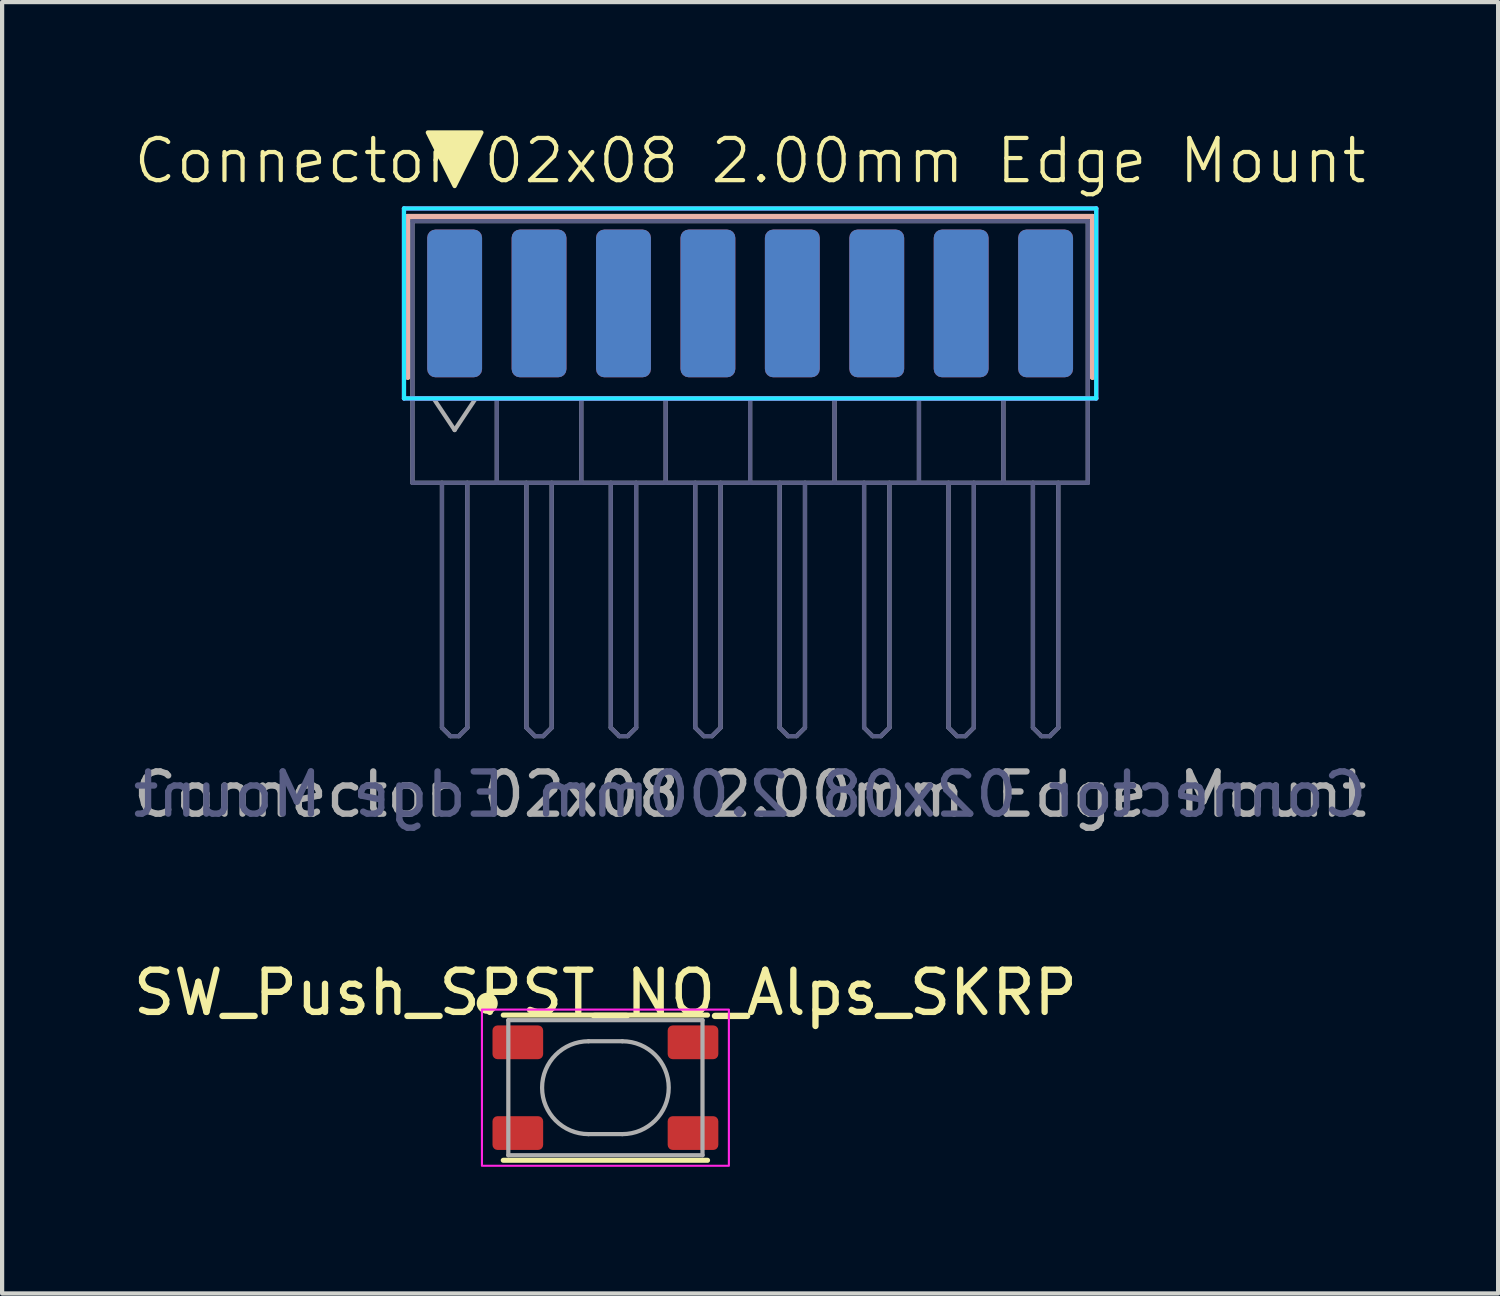
<source format=kicad_pcb>
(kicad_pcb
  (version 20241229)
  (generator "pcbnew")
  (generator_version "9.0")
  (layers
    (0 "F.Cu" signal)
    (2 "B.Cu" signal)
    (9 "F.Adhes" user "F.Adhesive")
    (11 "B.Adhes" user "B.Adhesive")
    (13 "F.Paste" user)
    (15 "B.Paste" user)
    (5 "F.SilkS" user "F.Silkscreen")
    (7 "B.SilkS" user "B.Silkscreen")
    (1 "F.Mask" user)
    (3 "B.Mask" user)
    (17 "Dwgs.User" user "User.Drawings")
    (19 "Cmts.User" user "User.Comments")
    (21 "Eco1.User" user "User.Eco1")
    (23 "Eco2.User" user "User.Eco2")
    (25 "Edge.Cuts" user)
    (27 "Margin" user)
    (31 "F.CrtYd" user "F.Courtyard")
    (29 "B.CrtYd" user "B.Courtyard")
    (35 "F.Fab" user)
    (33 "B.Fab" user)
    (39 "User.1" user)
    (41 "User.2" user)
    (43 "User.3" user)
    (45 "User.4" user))
  (footprint "SW_Push_SPST_NO_Alps_SKRP"
    (layer "F.Cu")
    (at 11.292 22.717)
    (property "Reference" "SW_Push_SPST_NO_Alps_SKRP" (at 0 -2.25 0) (layer "F.SilkS") (effects (font (size 1 1) (thickness 0.15))))
    (attr smd)
    (fp_line (start -2.42 -1.72) (end 2.42 -1.72) (stroke (width 0.12) (type solid)) (layer "F.SilkS"))
    (fp_line (start -2.42 1.72) (end 2.42 1.72) (stroke (width 0.12) (type solid)) (layer "F.SilkS"))
    (fp_circle (center -2.8 -2) (end -2.6 -2) (stroke (width 0.1) (type solid)) (fill yes) (layer "F.SilkS"))
    (fp_rect (start -2.925 -1.85) (end 2.925 1.85) (stroke (width 0.05) (type solid)) (fill no) (layer "F.CrtYd"))
    (fp_line (start -2.3 -1.6) (end 2.3 -1.6) (stroke (width 0.1) (type solid)) (layer "F.Fab"))
    (fp_line (start -2.3 1.6) (end -2.3 -1.6) (stroke (width 0.1) (type default)) (layer "F.Fab"))
    (fp_line (start -0.4 1.1) (end 0.4 1.1) (stroke (width 0.1) (type default)) (layer "F.Fab"))
    (fp_line (start 0.4 -1.1) (end -0.4 -1.1) (stroke (width 0.1) (type default)) (layer "F.Fab"))
    (fp_line (start 2.3 -1.6) (end 2.3 1.6) (stroke (width 0.1) (type default)) (layer "F.Fab"))
    (fp_line (start 2.3 1.6) (end -2.3 1.6) (stroke (width 0.1) (type default)) (layer "F.Fab"))
    (fp_arc (start -0.4 1.1) (mid -1.5 0) (end -0.4 -1.1) (stroke (width 0.1) (type default)) (layer "F.Fab"))
    (fp_arc (start 0.4 -1.1) (mid 1.5 0) (end 0.4 1.1) (stroke (width 0.1) (type default)) (layer "F.Fab"))
    (pad "1" smd roundrect (at -2.075 -1.075) (size 1.2 0.8) (layers "F.Cu" "F.Mask" "F.Paste") (roundrect_rratio 0.15))
    (pad "1" smd roundrect (at 2.075 -1.075) (size 1.2 0.8) (layers "F.Cu" "F.Mask" "F.Paste") (roundrect_rratio 0.15))
    (pad "2" smd roundrect (at -2.075 1.075) (size 1.2 0.8) (layers "F.Cu" "F.Mask" "F.Paste") (roundrect_rratio 0.15))
    (pad "2" smd roundrect (at 2.075 1.075) (size 1.2 0.8) (layers "F.Cu" "F.Mask" "F.Paste") (roundrect_rratio 0.15)))
  (footprint "Connector 02x08 2.00mm Edge Mount"
    (layer "F.Cu")
    (at 14.72 7.388)
    (property "Reference" "Connector 02x08 2.00mm Edge Mount" (at 0 -6.628 0) (unlocked yes) (layer "F.SilkS") (effects (font (size 1 1) (thickness 0.1))))
    (attr smd)
    (fp_line (start -8.11 -5.31) (end 8.11 -5.31) (stroke (width 0.12) (type default)) (layer "F.SilkS"))
    (fp_line (start -8.11 -1.5) (end -8.11 -5.31) (stroke (width 0.12) (type default)) (layer "F.SilkS"))
    (fp_line (start 8.11 -5.31) (end 8.11 -1.5) (stroke (width 0.12) (type default)) (layer "F.SilkS"))
    (fp_poly (pts (xy -7.635 -7.3) (xy -7 -6.03) (xy -6.365 -7.3)) (stroke (width 0.1) (type solid)) (fill yes) (layer "F.SilkS"))
    (fp_line (start -8.11 -5.31) (end -8.11 -1.5) (stroke (width 0.12) (type default)) (layer "B.SilkS"))
    (fp_line (start 8.11 -5.31) (end -8.11 -5.31) (stroke (width 0.12) (type default)) (layer "B.SilkS"))
    (fp_line (start 8.11 -1.5) (end 8.11 -5.31) (stroke (width 0.12) (type default)) (layer "B.SilkS"))
    (fp_line (start -8.2 -5.5) (end -8.2 -1) (stroke (width 0.1) (type default)) (layer "B.CrtYd"))
    (fp_line (start -8.2 -1) (end 8.2 -1) (stroke (width 0.1) (type default)) (layer "B.CrtYd"))
    (fp_line (start 8.2 -5.5) (end -8.2 -5.5) (stroke (width 0.1) (type default)) (layer "B.CrtYd"))
    (fp_line (start 8.2 -1) (end 8.2 -5.5) (stroke (width 0.1) (type default)) (layer "B.CrtYd"))
    (fp_line (start -8.2 -5.5) (end 8.2 -5.5) (stroke (width 0.1) (type default)) (layer "F.CrtYd"))
    (fp_line (start -8.2 -1) (end -8.2 -5.5) (stroke (width 0.1) (type default)) (layer "F.CrtYd"))
    (fp_line (start 8.2 -5.5) (end 8.2 -1) (stroke (width 0.1) (type default)) (layer "F.CrtYd"))
    (fp_line (start 8.2 -1) (end -8.2 -1) (stroke (width 0.1) (type default)) (layer "F.CrtYd"))
    (fp_line (start -8 -5.2) (end -8 -1) (stroke (width 0.1) (type default)) (layer "B.Fab"))
    (fp_line (start -8 -1) (end -8 1) (stroke (width 0.1) (type default)) (layer "B.Fab"))
    (fp_line (start -8 1) (end 8 1) (stroke (width 0.1) (type default)) (layer "B.Fab"))
    (fp_line (start -7.3 6.8) (end -7.3 1) (stroke (width 0.1) (type default)) (layer "B.Fab"))
    (fp_line (start -7.3 6.8) (end -7.1 7) (stroke (width 0.1) (type default)) (layer "B.Fab"))
    (fp_line (start -6.9 7) (end -7.1 7) (stroke (width 0.1) (type default)) (layer "B.Fab"))
    (fp_line (start -6.7 1) (end -6.7 6.8) (stroke (width 0.1) (type default)) (layer "B.Fab"))
    (fp_line (start -6.7 6.8) (end -6.9 7) (stroke (width 0.1) (type default)) (layer "B.Fab"))
    (fp_line (start -6 -1) (end -6 1) (stroke (width 0.1) (type default)) (layer "B.Fab"))
    (fp_line (start -5.3 6.8) (end -5.3 1) (stroke (width 0.1) (type default)) (layer "B.Fab"))
    (fp_line (start -5.3 6.8) (end -5.1 7) (stroke (width 0.1) (type default)) (layer "B.Fab"))
    (fp_line (start -4.9 7) (end -5.1 7) (stroke (width 0.1) (type default)) (layer "B.Fab"))
    (fp_line (start -4.7 1) (end -4.7 6.8) (stroke (width 0.1) (type default)) (layer "B.Fab"))
    (fp_line (start -4.7 6.8) (end -4.9 7) (stroke (width 0.1) (type default)) (layer "B.Fab"))
    (fp_line (start -4 -1) (end -4 1) (stroke (width 0.1) (type default)) (layer "B.Fab"))
    (fp_line (start -3.3 6.8) (end -3.3 1) (stroke (width 0.1) (type default)) (layer "B.Fab"))
    (fp_line (start -3.3 6.8) (end -3.1 7) (stroke (width 0.1) (type default)) (layer "B.Fab"))
    (fp_line (start -2.9 7) (end -3.1 7) (stroke (width 0.1) (type default)) (layer "B.Fab"))
    (fp_line (start -2.7 1) (end -2.7 6.8) (stroke (width 0.1) (type default)) (layer "B.Fab"))
    (fp_line (start -2.7 6.8) (end -2.9 7) (stroke (width 0.1) (type default)) (layer "B.Fab"))
    (fp_line (start -2 -1) (end -2 1) (stroke (width 0.1) (type default)) (layer "B.Fab"))
    (fp_line (start -1.3 6.8) (end -1.3 1) (stroke (width 0.1) (type default)) (layer "B.Fab"))
    (fp_line (start -1.3 6.8) (end -1.1 7) (stroke (width 0.1) (type default)) (layer "B.Fab"))
    (fp_line (start -0.9 7) (end -1.1 7) (stroke (width 0.1) (type default)) (layer "B.Fab"))
    (fp_line (start -0.7 1) (end -0.7 6.8) (stroke (width 0.1) (type default)) (layer "B.Fab"))
    (fp_line (start -0.7 6.8) (end -0.9 7) (stroke (width 0.1) (type default)) (layer "B.Fab"))
    (fp_line (start 0 -1) (end 0 1) (stroke (width 0.1) (type default)) (layer "B.Fab"))
    (fp_line (start 0.7 6.8) (end 0.7 1) (stroke (width 0.1) (type default)) (layer "B.Fab"))
    (fp_line (start 0.7 6.8) (end 0.9 7) (stroke (width 0.1) (type default)) (layer "B.Fab"))
    (fp_line (start 1.1 7) (end 0.9 7) (stroke (width 0.1) (type default)) (layer "B.Fab"))
    (fp_line (start 1.3 1) (end 1.3 6.8) (stroke (width 0.1) (type default)) (layer "B.Fab"))
    (fp_line (start 1.3 6.8) (end 1.1 7) (stroke (width 0.1) (type default)) (layer "B.Fab"))
    (fp_line (start 2 -1) (end 2 1) (stroke (width 0.1) (type default)) (layer "B.Fab"))
    (fp_line (start 2.7 6.8) (end 2.7 1) (stroke (width 0.1) (type default)) (layer "B.Fab"))
    (fp_line (start 2.7 6.8) (end 2.9 7) (stroke (width 0.1) (type default)) (layer "B.Fab"))
    (fp_line (start 3.1 7) (end 2.9 7) (stroke (width 0.1) (type default)) (layer "B.Fab"))
    (fp_line (start 3.3 1) (end 3.3 6.8) (stroke (width 0.1) (type default)) (layer "B.Fab"))
    (fp_line (start 3.3 6.8) (end 3.1 7) (stroke (width 0.1) (type default)) (layer "B.Fab"))
    (fp_line (start 4 -1) (end 4 1) (stroke (width 0.1) (type default)) (layer "B.Fab"))
    (fp_line (start 4.7 6.8) (end 4.7 1) (stroke (width 0.1) (type default)) (layer "B.Fab"))
    (fp_line (start 4.7 6.8) (end 4.9 7) (stroke (width 0.1) (type default)) (layer "B.Fab"))
    (fp_line (start 5.1 7) (end 4.9 7) (stroke (width 0.1) (type default)) (layer "B.Fab"))
    (fp_line (start 5.3 1) (end 5.3 6.8) (stroke (width 0.1) (type default)) (layer "B.Fab"))
    (fp_line (start 5.3 6.8) (end 5.1 7) (stroke (width 0.1) (type default)) (layer "B.Fab"))
    (fp_line (start 6 -1) (end 6 1) (stroke (width 0.1) (type default)) (layer "B.Fab"))
    (fp_line (start 6.7 6.8) (end 6.7 1) (stroke (width 0.1) (type default)) (layer "B.Fab"))
    (fp_line (start 6.7 6.8) (end 6.9 7) (stroke (width 0.1) (type default)) (layer "B.Fab"))
    (fp_line (start 7.1 7) (end 6.9 7) (stroke (width 0.1) (type default)) (layer "B.Fab"))
    (fp_line (start 7.3 1) (end 7.3 6.8) (stroke (width 0.1) (type default)) (layer "B.Fab"))
    (fp_line (start 7.3 6.8) (end 7.1 7) (stroke (width 0.1) (type default)) (layer "B.Fab"))
    (fp_line (start 8 -5.2) (end -8 -5.2) (stroke (width 0.1) (type default)) (layer "B.Fab"))
    (fp_line (start 8 -1) (end -8 -1) (stroke (width 0.1) (type default)) (layer "B.Fab"))
    (fp_line (start 8 -1) (end 8 -5.2) (stroke (width 0.1) (type default)) (layer "B.Fab"))
    (fp_line (start 8 1) (end 8 -1) (stroke (width 0.1) (type default)) (layer "B.Fab"))
    (fp_line (start -8 -5.2) (end 8 -5.2) (stroke (width 0.1) (type default)) (layer "F.Fab"))
    (fp_line (start -8 -1) (end -8 -5.2) (stroke (width 0.1) (type default)) (layer "F.Fab"))
    (fp_line (start -8 -1) (end 8 -1) (stroke (width 0.1) (type default)) (layer "F.Fab"))
    (fp_line (start -8 1) (end -8 -1) (stroke (width 0.1) (type default)) (layer "F.Fab"))
    (fp_line (start -7.5 -1) (end -7 -0.25) (stroke (width 0.1) (type default)) (layer "F.Fab"))
    (fp_line (start -7.3 1) (end -7.3 6.8) (stroke (width 0.1) (type default)) (layer "F.Fab"))
    (fp_line (start -7.3 6.8) (end -7.1 7) (stroke (width 0.1) (type default)) (layer "F.Fab"))
    (fp_line (start -7.1 7) (end -6.9 7) (stroke (width 0.1) (type default)) (layer "F.Fab"))
    (fp_line (start -7 -0.25) (end -6.5 -1) (stroke (width 0.1) (type default)) (layer "F.Fab"))
    (fp_line (start -6.7 6.8) (end -6.9 7) (stroke (width 0.1) (type default)) (layer "F.Fab"))
    (fp_line (start -6.7 6.8) (end -6.7 1) (stroke (width 0.1) (type default)) (layer "F.Fab"))
    (fp_line (start -6 -1) (end -6 1) (stroke (width 0.1) (type default)) (layer "F.Fab"))
    (fp_line (start -5.3 1) (end -5.3 6.8) (stroke (width 0.1) (type default)) (layer "F.Fab"))
    (fp_line (start -5.3 6.8) (end -5.1 7) (stroke (width 0.1) (type default)) (layer "F.Fab"))
    (fp_line (start -5.1 7) (end -4.9 7) (stroke (width 0.1) (type default)) (layer "F.Fab"))
    (fp_line (start -4.7 6.8) (end -4.9 7) (stroke (width 0.1) (type default)) (layer "F.Fab"))
    (fp_line (start -4.7 6.8) (end -4.7 1) (stroke (width 0.1) (type default)) (layer "F.Fab"))
    (fp_line (start -4 -1) (end -4 1) (stroke (width 0.1) (type default)) (layer "F.Fab"))
    (fp_line (start -3.3 1) (end -3.3 6.8) (stroke (width 0.1) (type default)) (layer "F.Fab"))
    (fp_line (start -3.3 6.8) (end -3.1 7) (stroke (width 0.1) (type default)) (layer "F.Fab"))
    (fp_line (start -3.1 7) (end -2.9 7) (stroke (width 0.1) (type default)) (layer "F.Fab"))
    (fp_line (start -2.7 6.8) (end -2.9 7) (stroke (width 0.1) (type default)) (layer "F.Fab"))
    (fp_line (start -2.7 6.8) (end -2.7 1) (stroke (width 0.1) (type default)) (layer "F.Fab"))
    (fp_line (start -2 -1) (end -2 1) (stroke (width 0.1) (type default)) (layer "F.Fab"))
    (fp_line (start -1.3 1) (end -1.3 6.8) (stroke (width 0.1) (type default)) (layer "F.Fab"))
    (fp_line (start -1.3 6.8) (end -1.1 7) (stroke (width 0.1) (type default)) (layer "F.Fab"))
    (fp_line (start -1.1 7) (end -0.9 7) (stroke (width 0.1) (type default)) (layer "F.Fab"))
    (fp_line (start -0.7 6.8) (end -0.9 7) (stroke (width 0.1) (type default)) (layer "F.Fab"))
    (fp_line (start -0.7 6.8) (end -0.7 1) (stroke (width 0.1) (type default)) (layer "F.Fab"))
    (fp_line (start 0 -1) (end 0 1) (stroke (width 0.1) (type default)) (layer "F.Fab"))
    (fp_line (start 0.7 1) (end 0.7 6.8) (stroke (width 0.1) (type default)) (layer "F.Fab"))
    (fp_line (start 0.7 6.8) (end 0.9 7) (stroke (width 0.1) (type default)) (layer "F.Fab"))
    (fp_line (start 0.9 7) (end 1.1 7) (stroke (width 0.1) (type default)) (layer "F.Fab"))
    (fp_line (start 1.3 6.8) (end 1.1 7) (stroke (width 0.1) (type default)) (layer "F.Fab"))
    (fp_line (start 1.3 6.8) (end 1.3 1) (stroke (width 0.1) (type default)) (layer "F.Fab"))
    (fp_line (start 2 -1) (end 2 1) (stroke (width 0.1) (type default)) (layer "F.Fab"))
    (fp_line (start 2.7 1) (end 2.7 6.8) (stroke (width 0.1) (type default)) (layer "F.Fab"))
    (fp_line (start 2.7 6.8) (end 2.9 7) (stroke (width 0.1) (type default)) (layer "F.Fab"))
    (fp_line (start 2.9 7) (end 3.1 7) (stroke (width 0.1) (type default)) (layer "F.Fab"))
    (fp_line (start 3.3 6.8) (end 3.1 7) (stroke (width 0.1) (type default)) (layer "F.Fab"))
    (fp_line (start 3.3 6.8) (end 3.3 1) (stroke (width 0.1) (type default)) (layer "F.Fab"))
    (fp_line (start 4 -1) (end 4 1) (stroke (width 0.1) (type default)) (layer "F.Fab"))
    (fp_line (start 4.7 1) (end 4.7 6.8) (stroke (width 0.1) (type default)) (layer "F.Fab"))
    (fp_line (start 4.7 6.8) (end 4.9 7) (stroke (width 0.1) (type default)) (layer "F.Fab"))
    (fp_line (start 4.9 7) (end 5.1 7) (stroke (width 0.1) (type default)) (layer "F.Fab"))
    (fp_line (start 5.3 6.8) (end 5.1 7) (stroke (width 0.1) (type default)) (layer "F.Fab"))
    (fp_line (start 5.3 6.8) (end 5.3 1) (stroke (width 0.1) (type default)) (layer "F.Fab"))
    (fp_line (start 6 -1) (end 6 1) (stroke (width 0.1) (type default)) (layer "F.Fab"))
    (fp_line (start 6.7 1) (end 6.7 6.8) (stroke (width 0.1) (type default)) (layer "F.Fab"))
    (fp_line (start 6.7 6.8) (end 6.9 7) (stroke (width 0.1) (type default)) (layer "F.Fab"))
    (fp_line (start 6.9 7) (end 7.1 7) (stroke (width 0.1) (type default)) (layer "F.Fab"))
    (fp_line (start 7.3 6.8) (end 7.1 7) (stroke (width 0.1) (type default)) (layer "F.Fab"))
    (fp_line (start 7.3 6.8) (end 7.3 1) (stroke (width 0.1) (type default)) (layer "F.Fab"))
    (fp_line (start 8 -5.2) (end 8 -1) (stroke (width 0.1) (type default)) (layer "F.Fab"))
    (fp_line (start 8 -1) (end 8 1) (stroke (width 0.1) (type default)) (layer "F.Fab"))
    (fp_line (start 8 1) (end -8 1) (stroke (width 0.1) (type default)) (layer "F.Fab"))
    (fp_text user "${REFERENCE}" (at 0 8.382 0) (unlocked yes) (layer "B.Fab") (effects (font (size 1 1) (thickness 0.15)) (justify mirror)))
    (fp_text user "${REFERENCE}" (at 0 8.382 0) (unlocked yes) (layer "F.Fab") (effects (font (size 1 1) (thickness 0.15))))
    (pad "1" smd roundrect (at -7 -3.25) (size 1.3 3.5) (layers "F.Cu" "F.Mask") (roundrect_rratio 0.15))
    (pad "2" smd roundrect (at -5 -3.25) (size 1.3 3.5) (layers "F.Cu" "F.Mask") (roundrect_rratio 0.15))
    (pad "3" smd roundrect (at -3 -3.25) (size 1.3 3.5) (layers "F.Cu" "F.Mask") (roundrect_rratio 0.15))
    (pad "4" smd roundrect (at -1 -3.25) (size 1.3 3.5) (layers "F.Cu" "F.Mask") (roundrect_rratio 0.15))
    (pad "5" smd roundrect (at 1 -3.25) (size 1.3 3.5) (layers "F.Cu" "F.Mask") (roundrect_rratio 0.15))
    (pad "6" smd roundrect (at 3 -3.25) (size 1.3 3.5) (layers "F.Cu" "F.Mask") (roundrect_rratio 0.15))
    (pad "7" smd roundrect (at 5 -3.25) (size 1.3 3.5) (layers "F.Cu" "F.Mask") (roundrect_rratio 0.15))
    (pad "8" smd roundrect (at 7 -3.25) (size 1.3 3.5) (layers "F.Cu" "F.Mask") (roundrect_rratio 0.15))
    (pad "9" smd roundrect (at 7 -3.25) (size 1.3 3.5) (layers "B.Cu" "B.Mask") (roundrect_rratio 0.15))
    (pad "10" smd roundrect (at 5 -3.25) (size 1.3 3.5) (layers "B.Cu" "B.Mask") (roundrect_rratio 0.15))
    (pad "11" smd roundrect (at 3 -3.25) (size 1.3 3.5) (layers "B.Cu" "B.Mask") (roundrect_rratio 0.15))
    (pad "12" smd roundrect (at 1 -3.25) (size 1.3 3.5) (layers "B.Cu" "B.Mask") (roundrect_rratio 0.15))
    (pad "13" smd roundrect (at -1 -3.25) (size 1.3 3.5) (layers "B.Cu" "B.Mask") (roundrect_rratio 0.15))
    (pad "14" smd roundrect (at -3 -3.25) (size 1.3 3.5) (layers "B.Cu" "B.Mask") (roundrect_rratio 0.15))
    (pad "15" smd roundrect (at -5 -3.25) (size 1.3 3.5) (layers "B.Cu" "B.Mask") (roundrect_rratio 0.15))
    (pad "16" smd roundrect (at -7 -3.25) (size 1.3 3.5) (layers "B.Cu" "B.Mask") (roundrect_rratio 0.15)))
  (gr_rect
    (start -3 -3)
    (end 32.44 27.592)
    (stroke (width 0.1) (type default))
    (fill no)
    (layer "Edge.Cuts")))
</source>
